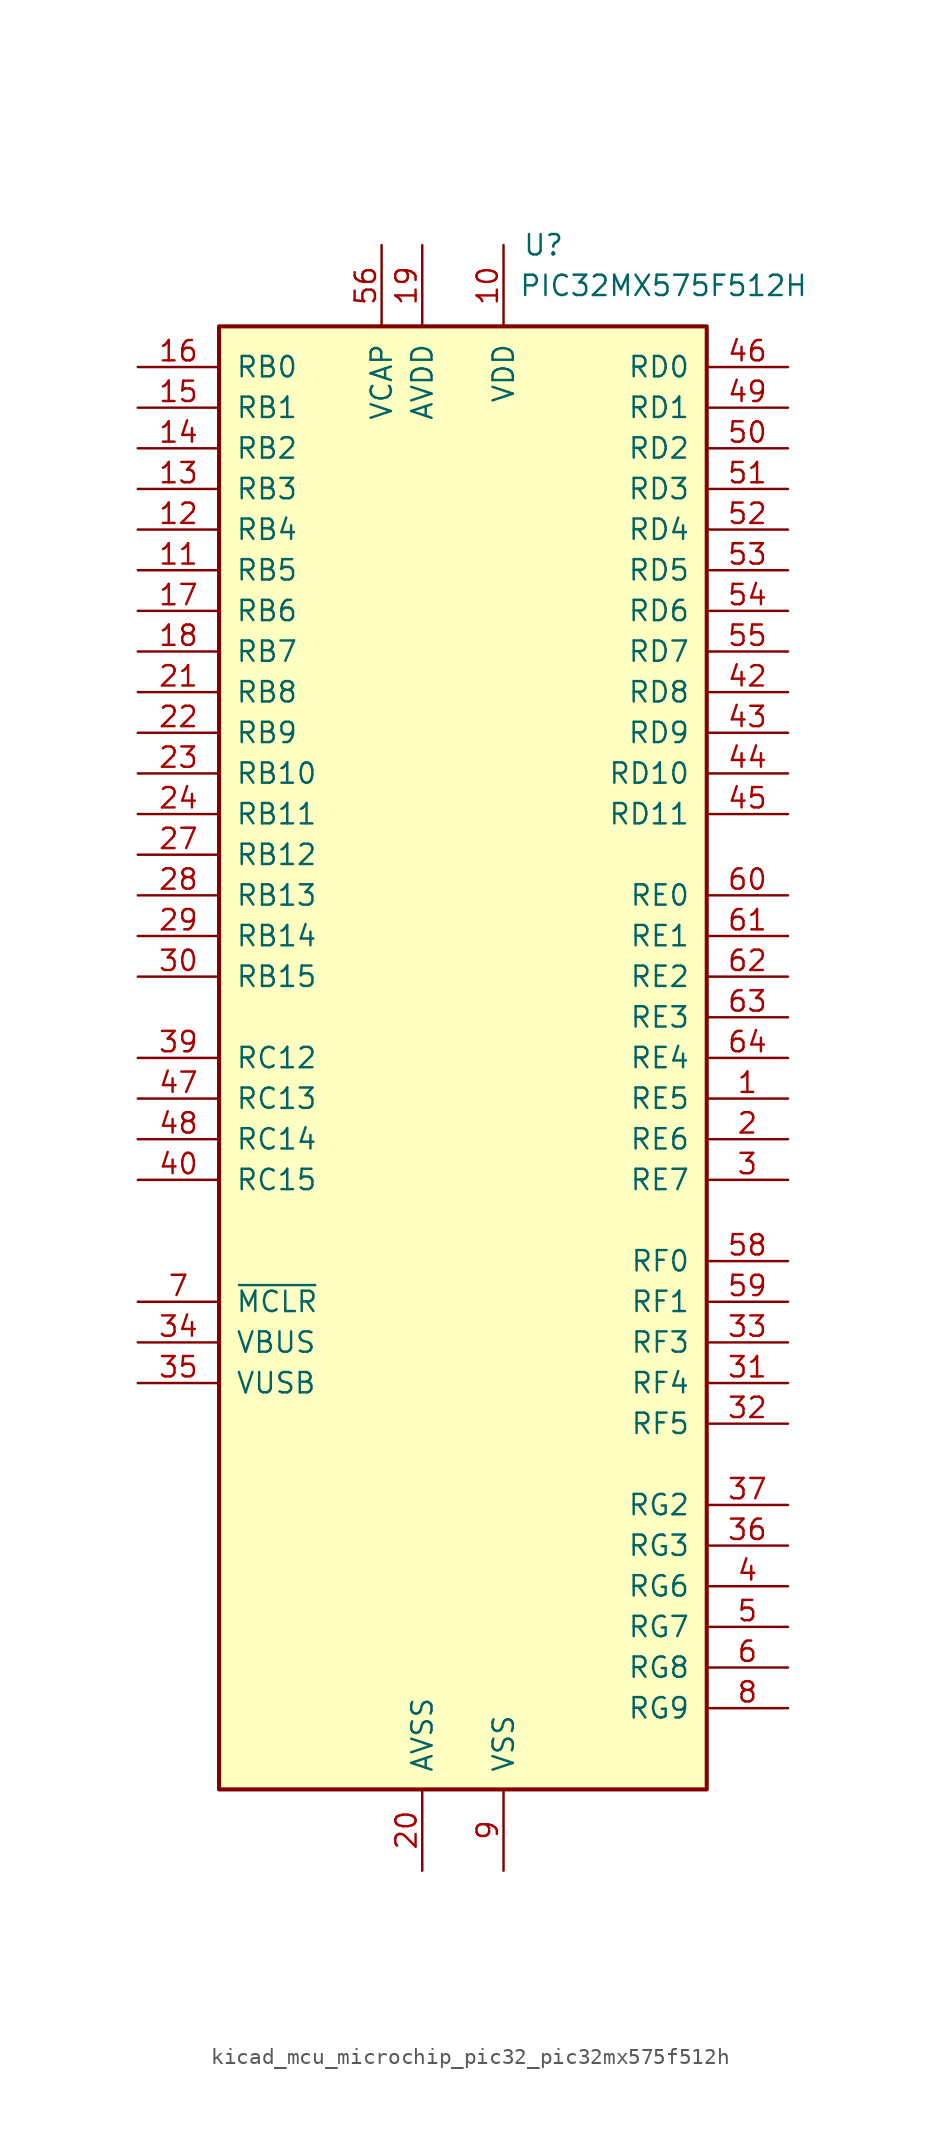
<source format=kicad_sym>
(kicad_symbol_lib
  (version 20220914)
  (generator kicad_symbol_editor)
  (symbol "kicad_mcu_microchip_pic32_pic32mx575f512h"
    (pin_names
      (offset 1.016))
    (property "Reference" "U"
      (at 6.35 50.8 0)
      (effects (font (size 1.27 1.27)) (justify right)))
    (property "Value" "PIC32MX575F512H"
      (at 21.59 48.26 0)
      (effects (font (size 1.27 1.27)) (justify right)))
    (symbol "kicad_mcu_microchip_pic32_pic32mx575f512h_0_1"
      (rectangle (start -15.24 45.72) (end 15.24 -45.72) (stroke (width 0.254) (type default)) (fill (type background))))
    (symbol "kicad_mcu_microchip_pic32_pic32mx575f512h_1_1"
      (pin bidirectional line (at 20.32 -2.54 180) (length 5.08) (name "RE5" (effects (font (size 1.27 1.27)))) (number "1" (effects (font (size 1.27 1.27)))))
      (pin power_in line (at 2.54 50.8 270) (length 5.08) (name "VDD" (effects (font (size 1.27 1.27)))) (number "10" (effects (font (size 1.27 1.27)))))
      (pin bidirectional line (at -20.32 30.48 0) (length 5.08) (name "RB5" (effects (font (size 1.27 1.27)))) (number "11" (effects (font (size 1.27 1.27)))))
      (pin bidirectional line (at -20.32 33.02 0) (length 5.08) (name "RB4" (effects (font (size 1.27 1.27)))) (number "12" (effects (font (size 1.27 1.27)))))
      (pin bidirectional line (at -20.32 35.56 0) (length 5.08) (name "RB3" (effects (font (size 1.27 1.27)))) (number "13" (effects (font (size 1.27 1.27)))))
      (pin bidirectional line (at -20.32 38.1 0) (length 5.08) (name "RB2" (effects (font (size 1.27 1.27)))) (number "14" (effects (font (size 1.27 1.27)))))
      (pin bidirectional line (at -20.32 40.64 0) (length 5.08) (name "RB1" (effects (font (size 1.27 1.27)))) (number "15" (effects (font (size 1.27 1.27)))))
      (pin bidirectional line (at -20.32 43.18 0) (length 5.08) (name "RB0" (effects (font (size 1.27 1.27)))) (number "16" (effects (font (size 1.27 1.27)))))
      (pin bidirectional line (at -20.32 27.94 0) (length 5.08) (name "RB6" (effects (font (size 1.27 1.27)))) (number "17" (effects (font (size 1.27 1.27)))))
      (pin bidirectional line (at -20.32 25.4 0) (length 5.08) (name "RB7" (effects (font (size 1.27 1.27)))) (number "18" (effects (font (size 1.27 1.27)))))
      (pin power_in line (at -2.54 50.8 270) (length 5.08) (name "AVDD" (effects (font (size 1.27 1.27)))) (number "19" (effects (font (size 1.27 1.27)))))
      (pin bidirectional line (at 20.32 -5.08 180) (length 5.08) (name "RE6" (effects (font (size 1.27 1.27)))) (number "2" (effects (font (size 1.27 1.27)))))
      (pin power_in line (at -2.54 -50.8 90) (length 5.08) (name "AVSS" (effects (font (size 1.27 1.27)))) (number "20" (effects (font (size 1.27 1.27)))))
      (pin bidirectional line (at -20.32 22.86 0) (length 5.08) (name "RB8" (effects (font (size 1.27 1.27)))) (number "21" (effects (font (size 1.27 1.27)))))
      (pin bidirectional line (at -20.32 20.32 0) (length 5.08) (name "RB9" (effects (font (size 1.27 1.27)))) (number "22" (effects (font (size 1.27 1.27)))))
      (pin bidirectional line (at -20.32 17.78 0) (length 5.08) (name "RB10" (effects (font (size 1.27 1.27)))) (number "23" (effects (font (size 1.27 1.27)))))
      (pin bidirectional line (at -20.32 15.24 0) (length 5.08) (name "RB11" (effects (font (size 1.27 1.27)))) (number "24" (effects (font (size 1.27 1.27)))))
      (pin passive line (at 2.54 -50.8 90) (length 5.08) hide (name "VSS" (effects (font (size 1.27 1.27)))) (number "25" (effects (font (size 1.27 1.27)))))
      (pin passive line (at 2.54 50.8 270) (length 5.08) hide (name "VDD" (effects (font (size 1.27 1.27)))) (number "26" (effects (font (size 1.27 1.27)))))
      (pin bidirectional line (at -20.32 12.7 0) (length 5.08) (name "RB12" (effects (font (size 1.27 1.27)))) (number "27" (effects (font (size 1.27 1.27)))))
      (pin bidirectional line (at -20.32 10.16 0) (length 5.08) (name "RB13" (effects (font (size 1.27 1.27)))) (number "28" (effects (font (size 1.27 1.27)))))
      (pin bidirectional line (at -20.32 7.62 0) (length 5.08) (name "RB14" (effects (font (size 1.27 1.27)))) (number "29" (effects (font (size 1.27 1.27)))))
      (pin bidirectional line (at 20.32 -7.62 180) (length 5.08) (name "RE7" (effects (font (size 1.27 1.27)))) (number "3" (effects (font (size 1.27 1.27)))))
      (pin bidirectional line (at -20.32 5.08 0) (length 5.08) (name "RB15" (effects (font (size 1.27 1.27)))) (number "30" (effects (font (size 1.27 1.27)))))
      (pin bidirectional line (at 20.32 -20.32 180) (length 5.08) (name "RF4" (effects (font (size 1.27 1.27)))) (number "31" (effects (font (size 1.27 1.27)))))
      (pin bidirectional line (at 20.32 -22.86 180) (length 5.08) (name "RF5" (effects (font (size 1.27 1.27)))) (number "32" (effects (font (size 1.27 1.27)))))
      (pin bidirectional line (at 20.32 -17.78 180) (length 5.08) (name "RF3" (effects (font (size 1.27 1.27)))) (number "33" (effects (font (size 1.27 1.27)))))
      (pin input line (at -20.32 -17.78 0) (length 5.08) (name "VBUS" (effects (font (size 1.27 1.27)))) (number "34" (effects (font (size 1.27 1.27)))))
      (pin power_in line (at -20.32 -20.32 0) (length 5.08) (name "VUSB" (effects (font (size 1.27 1.27)))) (number "35" (effects (font (size 1.27 1.27)))))
      (pin bidirectional line (at 20.32 -30.48 180) (length 5.08) (name "RG3" (effects (font (size 1.27 1.27)))) (number "36" (effects (font (size 1.27 1.27)))))
      (pin bidirectional line (at 20.32 -27.94 180) (length 5.08) (name "RG2" (effects (font (size 1.27 1.27)))) (number "37" (effects (font (size 1.27 1.27)))))
      (pin passive line (at 2.54 50.8 270) (length 5.08) hide (name "VDD" (effects (font (size 1.27 1.27)))) (number "38" (effects (font (size 1.27 1.27)))))
      (pin bidirectional line (at -20.32 0 0) (length 5.08) (name "RC12" (effects (font (size 1.27 1.27)))) (number "39" (effects (font (size 1.27 1.27)))))
      (pin bidirectional line (at 20.32 -33.02 180) (length 5.08) (name "RG6" (effects (font (size 1.27 1.27)))) (number "4" (effects (font (size 1.27 1.27)))))
      (pin bidirectional line (at -20.32 -7.62 0) (length 5.08) (name "RC15" (effects (font (size 1.27 1.27)))) (number "40" (effects (font (size 1.27 1.27)))))
      (pin passive line (at 2.54 -50.8 90) (length 5.08) hide (name "VSS" (effects (font (size 1.27 1.27)))) (number "41" (effects (font (size 1.27 1.27)))))
      (pin bidirectional line (at 20.32 22.86 180) (length 5.08) (name "RD8" (effects (font (size 1.27 1.27)))) (number "42" (effects (font (size 1.27 1.27)))))
      (pin bidirectional line (at 20.32 20.32 180) (length 5.08) (name "RD9" (effects (font (size 1.27 1.27)))) (number "43" (effects (font (size 1.27 1.27)))))
      (pin bidirectional line (at 20.32 17.78 180) (length 5.08) (name "RD10" (effects (font (size 1.27 1.27)))) (number "44" (effects (font (size 1.27 1.27)))))
      (pin bidirectional line (at 20.32 15.24 180) (length 5.08) (name "RD11" (effects (font (size 1.27 1.27)))) (number "45" (effects (font (size 1.27 1.27)))))
      (pin bidirectional line (at 20.32 43.18 180) (length 5.08) (name "RD0" (effects (font (size 1.27 1.27)))) (number "46" (effects (font (size 1.27 1.27)))))
      (pin bidirectional line (at -20.32 -2.54 0) (length 5.08) (name "RC13" (effects (font (size 1.27 1.27)))) (number "47" (effects (font (size 1.27 1.27)))))
      (pin bidirectional line (at -20.32 -5.08 0) (length 5.08) (name "RC14" (effects (font (size 1.27 1.27)))) (number "48" (effects (font (size 1.27 1.27)))))
      (pin bidirectional line (at 20.32 40.64 180) (length 5.08) (name "RD1" (effects (font (size 1.27 1.27)))) (number "49" (effects (font (size 1.27 1.27)))))
      (pin bidirectional line (at 20.32 -35.56 180) (length 5.08) (name "RG7" (effects (font (size 1.27 1.27)))) (number "5" (effects (font (size 1.27 1.27)))))
      (pin bidirectional line (at 20.32 38.1 180) (length 5.08) (name "RD2" (effects (font (size 1.27 1.27)))) (number "50" (effects (font (size 1.27 1.27)))))
      (pin bidirectional line (at 20.32 35.56 180) (length 5.08) (name "RD3" (effects (font (size 1.27 1.27)))) (number "51" (effects (font (size 1.27 1.27)))))
      (pin bidirectional line (at 20.32 33.02 180) (length 5.08) (name "RD4" (effects (font (size 1.27 1.27)))) (number "52" (effects (font (size 1.27 1.27)))))
      (pin bidirectional line (at 20.32 30.48 180) (length 5.08) (name "RD5" (effects (font (size 1.27 1.27)))) (number "53" (effects (font (size 1.27 1.27)))))
      (pin bidirectional line (at 20.32 27.94 180) (length 5.08) (name "RD6" (effects (font (size 1.27 1.27)))) (number "54" (effects (font (size 1.27 1.27)))))
      (pin bidirectional line (at 20.32 25.4 180) (length 5.08) (name "RD7" (effects (font (size 1.27 1.27)))) (number "55" (effects (font (size 1.27 1.27)))))
      (pin power_out line (at -5.08 50.8 270) (length 5.08) (name "VCAP" (effects (font (size 1.27 1.27)))) (number "56" (effects (font (size 1.27 1.27)))))
      (pin passive line (at 2.54 50.8 270) (length 5.08) hide (name "VDD" (effects (font (size 1.27 1.27)))) (number "57" (effects (font (size 1.27 1.27)))))
      (pin bidirectional line (at 20.32 -12.7 180) (length 5.08) (name "RF0" (effects (font (size 1.27 1.27)))) (number "58" (effects (font (size 1.27 1.27)))))
      (pin bidirectional line (at 20.32 -15.24 180) (length 5.08) (name "RF1" (effects (font (size 1.27 1.27)))) (number "59" (effects (font (size 1.27 1.27)))))
      (pin bidirectional line (at 20.32 -38.1 180) (length 5.08) (name "RG8" (effects (font (size 1.27 1.27)))) (number "6" (effects (font (size 1.27 1.27)))))
      (pin bidirectional line (at 20.32 10.16 180) (length 5.08) (name "RE0" (effects (font (size 1.27 1.27)))) (number "60" (effects (font (size 1.27 1.27)))))
      (pin bidirectional line (at 20.32 7.62 180) (length 5.08) (name "RE1" (effects (font (size 1.27 1.27)))) (number "61" (effects (font (size 1.27 1.27)))))
      (pin bidirectional line (at 20.32 5.08 180) (length 5.08) (name "RE2" (effects (font (size 1.27 1.27)))) (number "62" (effects (font (size 1.27 1.27)))))
      (pin bidirectional line (at 20.32 2.54 180) (length 5.08) (name "RE3" (effects (font (size 1.27 1.27)))) (number "63" (effects (font (size 1.27 1.27)))))
      (pin bidirectional line (at 20.32 0 180) (length 5.08) (name "RE4" (effects (font (size 1.27 1.27)))) (number "64" (effects (font (size 1.27 1.27)))))
      (pin input line (at -20.32 -15.24 0) (length 5.08) (name "~{MCLR}" (effects (font (size 1.27 1.27)))) (number "7" (effects (font (size 1.27 1.27)))))
      (pin bidirectional line (at 20.32 -40.64 180) (length 5.08) (name "RG9" (effects (font (size 1.27 1.27)))) (number "8" (effects (font (size 1.27 1.27)))))
      (pin power_in line (at 2.54 -50.8 90) (length 5.08) (name "VSS" (effects (font (size 1.27 1.27)))) (number "9" (effects (font (size 1.27 1.27))))))))
</source>
